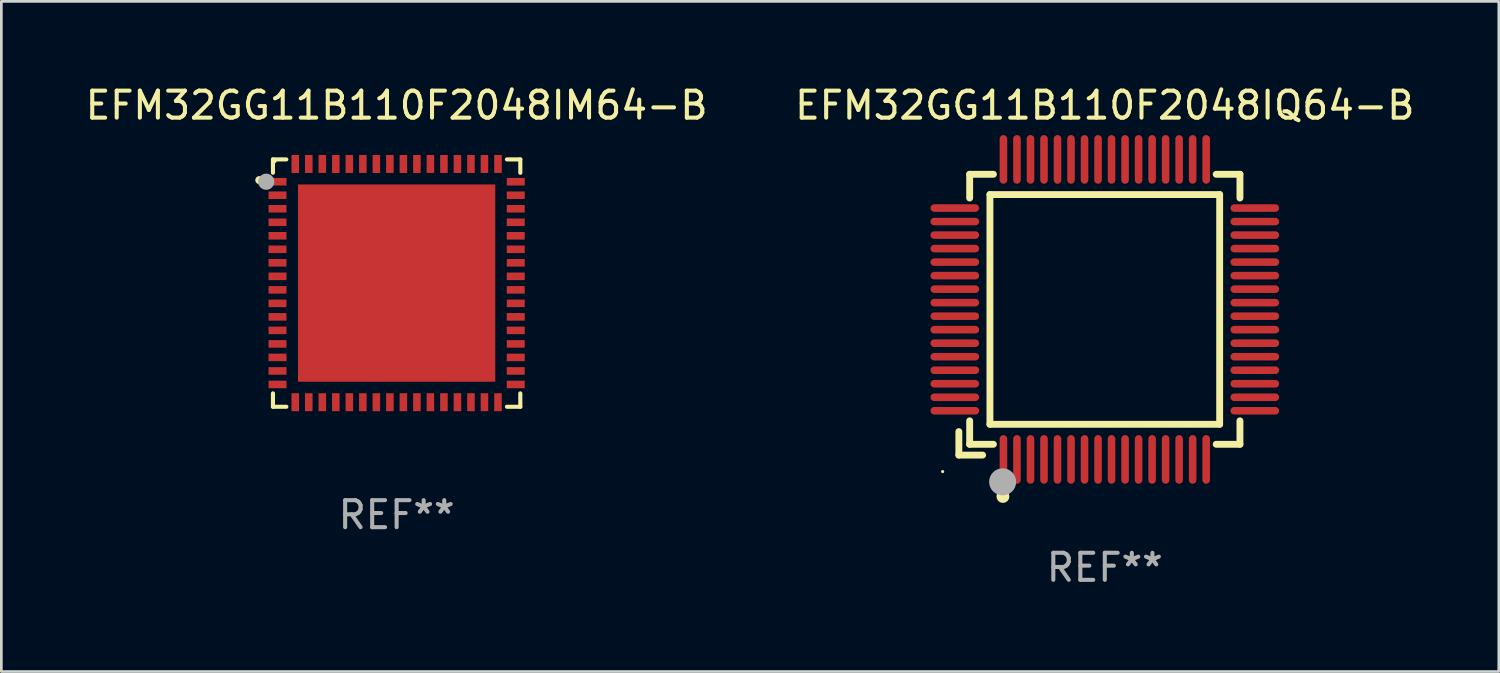
<source format=kicad_pcb>
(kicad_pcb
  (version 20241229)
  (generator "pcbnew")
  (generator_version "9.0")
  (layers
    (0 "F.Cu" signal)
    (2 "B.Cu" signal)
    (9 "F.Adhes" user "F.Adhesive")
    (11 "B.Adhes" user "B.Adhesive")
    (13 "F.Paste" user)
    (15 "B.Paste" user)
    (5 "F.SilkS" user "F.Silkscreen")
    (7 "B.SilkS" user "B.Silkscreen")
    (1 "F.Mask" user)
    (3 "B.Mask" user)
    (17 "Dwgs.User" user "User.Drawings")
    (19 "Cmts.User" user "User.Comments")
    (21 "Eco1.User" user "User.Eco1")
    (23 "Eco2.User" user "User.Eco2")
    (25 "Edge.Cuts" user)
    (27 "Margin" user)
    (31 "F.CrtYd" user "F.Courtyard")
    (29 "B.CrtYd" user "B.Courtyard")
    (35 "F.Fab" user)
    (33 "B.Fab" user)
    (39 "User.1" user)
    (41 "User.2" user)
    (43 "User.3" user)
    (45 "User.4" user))
  (footprint "EFM32GG11B110F2048IM64-B"
    (layer "F.Cu")
    (at 11.625 7.424)
    (property "Reference" "EFM32GG11B110F2048IM64-B" (at 0 -6.576 0) (layer "F.SilkS") (effects (font (size 1 1) (thickness 0.15))))
    (attr through_hole)
    (fp_line (start -4.576 -4.576) (end -4.576 -4.081) (stroke (width 0.152) (type solid)) (layer "F.SilkS"))
    (fp_line (start -4.576 4.576) (end -4.576 4.081) (stroke (width 0.152) (type solid)) (layer "F.SilkS"))
    (fp_line (start -4.081 -4.576) (end -4.576 -4.576) (stroke (width 0.152) (type solid)) (layer "F.SilkS"))
    (fp_line (start -4.081 4.576) (end -4.576 4.576) (stroke (width 0.152) (type solid)) (layer "F.SilkS"))
    (fp_line (start 4.081 -4.576) (end 4.576 -4.576) (stroke (width 0.152) (type solid)) (layer "F.SilkS"))
    (fp_line (start 4.081 4.576) (end 4.576 4.576) (stroke (width 0.152) (type solid)) (layer "F.SilkS"))
    (fp_line (start 4.576 -4.576) (end 4.576 -4.081) (stroke (width 0.152) (type solid)) (layer "F.SilkS"))
    (fp_line (start 4.576 4.576) (end 4.576 4.081) (stroke (width 0.152) (type solid)) (layer "F.SilkS"))
    (fp_circle (center -5.08 -3.81) (end -5.005 -3.81) (stroke (width 0.15) (type solid)) (fill no) (layer "F.SilkS"))
    (fp_circle (center -4.5 -4.5) (end -4.47 -4.5) (stroke (width 0.06) (type solid)) (fill no) (layer "F.SilkS"))
    (fp_circle (center -4.826 -3.75) (end -4.676 -3.75) (stroke (width 0.3) (type solid)) (fill no) (layer "F.Fab"))
    (fp_text user "REF**" (at 0 8.576 0) (layer "F.Fab") (effects (font (size 1 1) (thickness 0.15))))
    (pad "1" smd rect (at -4.407 -3.75) (size 0.665 0.28) (layers "F.Cu" "F.Mask" "F.Paste"))
    (pad "2" smd rect (at -4.407 -3.25) (size 0.665 0.28) (layers "F.Cu" "F.Mask" "F.Paste"))
    (pad "3" smd rect (at -4.407 -2.75) (size 0.665 0.28) (layers "F.Cu" "F.Mask" "F.Paste"))
    (pad "4" smd rect (at -4.407 -2.25) (size 0.665 0.28) (layers "F.Cu" "F.Mask" "F.Paste"))
    (pad "5" smd rect (at -4.407 -1.75) (size 0.665 0.28) (layers "F.Cu" "F.Mask" "F.Paste"))
    (pad "6" smd rect (at -4.407 -1.25) (size 0.665 0.28) (layers "F.Cu" "F.Mask" "F.Paste"))
    (pad "7" smd rect (at -4.407 -0.75) (size 0.665 0.28) (layers "F.Cu" "F.Mask" "F.Paste"))
    (pad "8" smd rect (at -4.407 -0.25) (size 0.665 0.28) (layers "F.Cu" "F.Mask" "F.Paste"))
    (pad "9" smd rect (at -4.407 0.25) (size 0.665 0.28) (layers "F.Cu" "F.Mask" "F.Paste"))
    (pad "10" smd rect (at -4.407 0.75) (size 0.665 0.28) (layers "F.Cu" "F.Mask" "F.Paste"))
    (pad "11" smd rect (at -4.407 1.25) (size 0.665 0.28) (layers "F.Cu" "F.Mask" "F.Paste"))
    (pad "12" smd rect (at -4.407 1.75) (size 0.665 0.28) (layers "F.Cu" "F.Mask" "F.Paste"))
    (pad "13" smd rect (at -4.407 2.25) (size 0.665 0.28) (layers "F.Cu" "F.Mask" "F.Paste"))
    (pad "14" smd rect (at -4.407 2.75) (size 0.665 0.28) (layers "F.Cu" "F.Mask" "F.Paste"))
    (pad "15" smd rect (at -4.407 3.25) (size 0.665 0.28) (layers "F.Cu" "F.Mask" "F.Paste"))
    (pad "16" smd rect (at -4.407 3.75) (size 0.665 0.28) (layers "F.Cu" "F.Mask" "F.Paste"))
    (pad "17" smd rect (at -3.75 4.407) (size 0.28 0.665) (layers "F.Cu" "F.Mask" "F.Paste"))
    (pad "18" smd rect (at -3.25 4.407) (size 0.28 0.665) (layers "F.Cu" "F.Mask" "F.Paste"))
    (pad "19" smd rect (at -2.75 4.407) (size 0.28 0.665) (layers "F.Cu" "F.Mask" "F.Paste"))
    (pad "20" smd rect (at -2.25 4.407) (size 0.28 0.665) (layers "F.Cu" "F.Mask" "F.Paste"))
    (pad "21" smd rect (at -1.75 4.407) (size 0.28 0.665) (layers "F.Cu" "F.Mask" "F.Paste"))
    (pad "22" smd rect (at -1.25 4.407) (size 0.28 0.665) (layers "F.Cu" "F.Mask" "F.Paste"))
    (pad "23" smd rect (at -0.75 4.407) (size 0.28 0.665) (layers "F.Cu" "F.Mask" "F.Paste"))
    (pad "24" smd rect (at -0.25 4.407) (size 0.28 0.665) (layers "F.Cu" "F.Mask" "F.Paste"))
    (pad "25" smd rect (at 0.25 4.407) (size 0.28 0.665) (layers "F.Cu" "F.Mask" "F.Paste"))
    (pad "26" smd rect (at 0.75 4.407) (size 0.28 0.665) (layers "F.Cu" "F.Mask" "F.Paste"))
    (pad "27" smd rect (at 1.25 4.407) (size 0.28 0.665) (layers "F.Cu" "F.Mask" "F.Paste"))
    (pad "28" smd rect (at 1.75 4.407) (size 0.28 0.665) (layers "F.Cu" "F.Mask" "F.Paste"))
    (pad "29" smd rect (at 2.25 4.407) (size 0.28 0.665) (layers "F.Cu" "F.Mask" "F.Paste"))
    (pad "30" smd rect (at 2.75 4.407) (size 0.28 0.665) (layers "F.Cu" "F.Mask" "F.Paste"))
    (pad "31" smd rect (at 3.25 4.407) (size 0.28 0.665) (layers "F.Cu" "F.Mask" "F.Paste"))
    (pad "32" smd rect (at 3.75 4.407) (size 0.28 0.665) (layers "F.Cu" "F.Mask" "F.Paste"))
    (pad "33" smd rect (at 4.407 3.75) (size 0.665 0.28) (layers "F.Cu" "F.Mask" "F.Paste"))
    (pad "34" smd rect (at 4.407 3.25) (size 0.665 0.28) (layers "F.Cu" "F.Mask" "F.Paste"))
    (pad "35" smd rect (at 4.407 2.75) (size 0.665 0.28) (layers "F.Cu" "F.Mask" "F.Paste"))
    (pad "36" smd rect (at 4.407 2.25) (size 0.665 0.28) (layers "F.Cu" "F.Mask" "F.Paste"))
    (pad "37" smd rect (at 4.407 1.75) (size 0.665 0.28) (layers "F.Cu" "F.Mask" "F.Paste"))
    (pad "38" smd rect (at 4.407 1.25) (size 0.665 0.28) (layers "F.Cu" "F.Mask" "F.Paste"))
    (pad "39" smd rect (at 4.407 0.75) (size 0.665 0.28) (layers "F.Cu" "F.Mask" "F.Paste"))
    (pad "40" smd rect (at 4.407 0.25) (size 0.665 0.28) (layers "F.Cu" "F.Mask" "F.Paste"))
    (pad "41" smd rect (at 4.407 -0.25) (size 0.665 0.28) (layers "F.Cu" "F.Mask" "F.Paste"))
    (pad "42" smd rect (at 4.407 -0.75) (size 0.665 0.28) (layers "F.Cu" "F.Mask" "F.Paste"))
    (pad "43" smd rect (at 4.407 -1.25) (size 0.665 0.28) (layers "F.Cu" "F.Mask" "F.Paste"))
    (pad "44" smd rect (at 4.407 -1.75) (size 0.665 0.28) (layers "F.Cu" "F.Mask" "F.Paste"))
    (pad "45" smd rect (at 4.407 -2.25) (size 0.665 0.28) (layers "F.Cu" "F.Mask" "F.Paste"))
    (pad "46" smd rect (at 4.407 -2.75) (size 0.665 0.28) (layers "F.Cu" "F.Mask" "F.Paste"))
    (pad "47" smd rect (at 4.407 -3.25) (size 0.665 0.28) (layers "F.Cu" "F.Mask" "F.Paste"))
    (pad "48" smd rect (at 4.407 -3.75) (size 0.665 0.28) (layers "F.Cu" "F.Mask" "F.Paste"))
    (pad "49" smd rect (at 3.75 -4.407) (size 0.28 0.665) (layers "F.Cu" "F.Mask" "F.Paste"))
    (pad "50" smd rect (at 3.25 -4.407) (size 0.28 0.665) (layers "F.Cu" "F.Mask" "F.Paste"))
    (pad "51" smd rect (at 2.75 -4.407) (size 0.28 0.665) (layers "F.Cu" "F.Mask" "F.Paste"))
    (pad "52" smd rect (at 2.25 -4.407) (size 0.28 0.665) (layers "F.Cu" "F.Mask" "F.Paste"))
    (pad "53" smd rect (at 1.75 -4.407) (size 0.28 0.665) (layers "F.Cu" "F.Mask" "F.Paste"))
    (pad "54" smd rect (at 1.25 -4.407) (size 0.28 0.665) (layers "F.Cu" "F.Mask" "F.Paste"))
    (pad "55" smd rect (at 0.75 -4.407) (size 0.28 0.665) (layers "F.Cu" "F.Mask" "F.Paste"))
    (pad "56" smd rect (at 0.25 -4.407) (size 0.28 0.665) (layers "F.Cu" "F.Mask" "F.Paste"))
    (pad "57" smd rect (at -0.25 -4.407) (size 0.28 0.665) (layers "F.Cu" "F.Mask" "F.Paste"))
    (pad "58" smd rect (at -0.75 -4.407) (size 0.28 0.665) (layers "F.Cu" "F.Mask" "F.Paste"))
    (pad "59" smd rect (at -1.25 -4.407) (size 0.28 0.665) (layers "F.Cu" "F.Mask" "F.Paste"))
    (pad "60" smd rect (at -1.75 -4.407) (size 0.28 0.665) (layers "F.Cu" "F.Mask" "F.Paste"))
    (pad "61" smd rect (at -2.25 -4.407) (size 0.28 0.665) (layers "F.Cu" "F.Mask" "F.Paste"))
    (pad "62" smd rect (at -2.75 -4.407) (size 0.28 0.665) (layers "F.Cu" "F.Mask" "F.Paste"))
    (pad "63" smd rect (at -3.25 -4.407) (size 0.28 0.665) (layers "F.Cu" "F.Mask" "F.Paste"))
    (pad "64" smd rect (at -3.75 -4.407) (size 0.28 0.665) (layers "F.Cu" "F.Mask" "F.Paste"))
    (pad "65" smd rect (at 0 0) (size 7.3 7.3) (layers "F.Cu" "F.Mask" "F.Paste")))
  (footprint "EFM32GG11B110F2048IQ64-B"
    (layer "F.Cu")
    (at 37.827 8.398)
    (property "Reference" "EFM32GG11B110F2048IQ64-B" (at 0 -7.55 0) (layer "F.SilkS") (effects (font (size 1 1) (thickness 0.15))))
    (attr through_hole)
    (fp_line (start -5.4 4.521) (end -5.4 5.39) (stroke (width 0.254) (type solid)) (layer "F.SilkS"))
    (fp_line (start -5.4 5.39) (end -4.521 5.39) (stroke (width 0.254) (type solid)) (layer "F.SilkS"))
    (fp_line (start -5 -5) (end -5 -4.121) (stroke (width 0.254) (type solid)) (layer "F.SilkS"))
    (fp_line (start -5 4.121) (end -5 4.99) (stroke (width 0.254) (type solid)) (layer "F.SilkS"))
    (fp_line (start -5 4.99) (end -4.121 4.99) (stroke (width 0.254) (type solid)) (layer "F.SilkS"))
    (fp_line (start -4.25 -4.25) (end -4.25 4.25) (stroke (width 0.254) (type solid)) (layer "F.SilkS"))
    (fp_line (start -4.25 4.25) (end 4.25 4.25) (stroke (width 0.254) (type solid)) (layer "F.SilkS"))
    (fp_line (start -4.121 -5) (end -5 -5) (stroke (width 0.254) (type solid)) (layer "F.SilkS"))
    (fp_line (start 4.121 4.99) (end 5 4.99) (stroke (width 0.254) (type solid)) (layer "F.SilkS"))
    (fp_line (start 4.25 -4.25) (end -4.25 -4.25) (stroke (width 0.254) (type solid)) (layer "F.SilkS"))
    (fp_line (start 4.25 4.25) (end 4.25 -4.25) (stroke (width 0.254) (type solid)) (layer "F.SilkS"))
    (fp_line (start 5 -5) (end 4.121 -5) (stroke (width 0.254) (type solid)) (layer "F.SilkS"))
    (fp_line (start 5 -4.121) (end 5 -5) (stroke (width 0.254) (type solid)) (layer "F.SilkS"))
    (fp_line (start 5 4.99) (end 5 4.121) (stroke (width 0.254) (type solid)) (layer "F.SilkS"))
    (fp_circle (center -6 6) (end -5.97 6) (stroke (width 0.06) (type solid)) (fill no) (layer "F.SilkS"))
    (fp_circle (center -3.77 6.92) (end -3.65 6.92) (stroke (width 0.24) (type solid)) (fill no) (layer "F.SilkS"))
    (fp_circle (center -3.78 6.38) (end -3.53 6.38) (stroke (width 0.5) (type solid)) (fill no) (layer "F.Fab"))
    (fp_text user "REF**" (at 0 9.55 0) (layer "F.Fab") (effects (font (size 1 1) (thickness 0.15))))
    (pad "1" smd oval (at -3.75 5.55) (size 0.28 1.8) (layers "F.Cu" "F.Mask" "F.Paste"))
    (pad "2" smd oval (at -3.25 5.55) (size 0.28 1.8) (layers "F.Cu" "F.Mask" "F.Paste"))
    (pad "3" smd oval (at -2.75 5.55) (size 0.28 1.8) (layers "F.Cu" "F.Mask" "F.Paste"))
    (pad "4" smd oval (at -2.25 5.55) (size 0.28 1.8) (layers "F.Cu" "F.Mask" "F.Paste"))
    (pad "5" smd oval (at -1.75 5.55) (size 0.28 1.8) (layers "F.Cu" "F.Mask" "F.Paste"))
    (pad "6" smd oval (at -1.25 5.55) (size 0.28 1.8) (layers "F.Cu" "F.Mask" "F.Paste"))
    (pad "7" smd oval (at -0.75 5.55) (size 0.28 1.8) (layers "F.Cu" "F.Mask" "F.Paste"))
    (pad "8" smd oval (at -0.25 5.55) (size 0.28 1.8) (layers "F.Cu" "F.Mask" "F.Paste"))
    (pad "9" smd oval (at 0.25 5.55) (size 0.28 1.8) (layers "F.Cu" "F.Mask" "F.Paste"))
    (pad "10" smd oval (at 0.75 5.55) (size 0.28 1.8) (layers "F.Cu" "F.Mask" "F.Paste"))
    (pad "11" smd oval (at 1.25 5.55) (size 0.28 1.8) (layers "F.Cu" "F.Mask" "F.Paste"))
    (pad "12" smd oval (at 1.75 5.55) (size 0.28 1.8) (layers "F.Cu" "F.Mask" "F.Paste"))
    (pad "13" smd oval (at 2.25 5.55) (size 0.28 1.8) (layers "F.Cu" "F.Mask" "F.Paste"))
    (pad "14" smd oval (at 2.75 5.55) (size 0.28 1.8) (layers "F.Cu" "F.Mask" "F.Paste"))
    (pad "15" smd oval (at 3.25 5.55) (size 0.28 1.8) (layers "F.Cu" "F.Mask" "F.Paste"))
    (pad "16" smd oval (at 3.75 5.55) (size 0.28 1.8) (layers "F.Cu" "F.Mask" "F.Paste"))
    (pad "17" smd oval (at 5.55 3.75) (size 1.8 0.28) (layers "F.Cu" "F.Mask" "F.Paste"))
    (pad "18" smd oval (at 5.55 3.25) (size 1.8 0.28) (layers "F.Cu" "F.Mask" "F.Paste"))
    (pad "19" smd oval (at 5.55 2.75) (size 1.8 0.28) (layers "F.Cu" "F.Mask" "F.Paste"))
    (pad "20" smd oval (at 5.55 2.25) (size 1.8 0.28) (layers "F.Cu" "F.Mask" "F.Paste"))
    (pad "21" smd oval (at 5.55 1.75) (size 1.8 0.28) (layers "F.Cu" "F.Mask" "F.Paste"))
    (pad "22" smd oval (at 5.55 1.25) (size 1.8 0.28) (layers "F.Cu" "F.Mask" "F.Paste"))
    (pad "23" smd oval (at 5.55 0.75) (size 1.8 0.28) (layers "F.Cu" "F.Mask" "F.Paste"))
    (pad "24" smd oval (at 5.55 0.25) (size 1.8 0.28) (layers "F.Cu" "F.Mask" "F.Paste"))
    (pad "25" smd oval (at 5.55 -0.25) (size 1.8 0.28) (layers "F.Cu" "F.Mask" "F.Paste"))
    (pad "26" smd oval (at 5.55 -0.75) (size 1.8 0.28) (layers "F.Cu" "F.Mask" "F.Paste"))
    (pad "27" smd oval (at 5.55 -1.25) (size 1.8 0.28) (layers "F.Cu" "F.Mask" "F.Paste"))
    (pad "28" smd oval (at 5.55 -1.75) (size 1.8 0.28) (layers "F.Cu" "F.Mask" "F.Paste"))
    (pad "29" smd oval (at 5.55 -2.25) (size 1.8 0.28) (layers "F.Cu" "F.Mask" "F.Paste"))
    (pad "30" smd oval (at 5.55 -2.75) (size 1.8 0.28) (layers "F.Cu" "F.Mask" "F.Paste"))
    (pad "31" smd oval (at 5.55 -3.25) (size 1.8 0.28) (layers "F.Cu" "F.Mask" "F.Paste"))
    (pad "32" smd oval (at 5.55 -3.75) (size 1.8 0.28) (layers "F.Cu" "F.Mask" "F.Paste"))
    (pad "33" smd oval (at 3.75 -5.55) (size 0.28 1.8) (layers "F.Cu" "F.Mask" "F.Paste"))
    (pad "34" smd oval (at 3.25 -5.55) (size 0.28 1.8) (layers "F.Cu" "F.Mask" "F.Paste"))
    (pad "35" smd oval (at 2.75 -5.55) (size 0.28 1.8) (layers "F.Cu" "F.Mask" "F.Paste"))
    (pad "36" smd oval (at 2.25 -5.55) (size 0.28 1.8) (layers "F.Cu" "F.Mask" "F.Paste"))
    (pad "37" smd oval (at 1.75 -5.55) (size 0.28 1.8) (layers "F.Cu" "F.Mask" "F.Paste"))
    (pad "38" smd oval (at 1.25 -5.55) (size 0.28 1.8) (layers "F.Cu" "F.Mask" "F.Paste"))
    (pad "39" smd oval (at 0.75 -5.55) (size 0.28 1.8) (layers "F.Cu" "F.Mask" "F.Paste"))
    (pad "40" smd oval (at 0.25 -5.55) (size 0.28 1.8) (layers "F.Cu" "F.Mask" "F.Paste"))
    (pad "41" smd oval (at -0.25 -5.55) (size 0.28 1.8) (layers "F.Cu" "F.Mask" "F.Paste"))
    (pad "42" smd oval (at -0.75 -5.55) (size 0.28 1.8) (layers "F.Cu" "F.Mask" "F.Paste"))
    (pad "43" smd oval (at -1.25 -5.55) (size 0.28 1.8) (layers "F.Cu" "F.Mask" "F.Paste"))
    (pad "44" smd oval (at -1.75 -5.55) (size 0.28 1.8) (layers "F.Cu" "F.Mask" "F.Paste"))
    (pad "45" smd oval (at -2.25 -5.55) (size 0.28 1.8) (layers "F.Cu" "F.Mask" "F.Paste"))
    (pad "46" smd oval (at -2.75 -5.55) (size 0.28 1.8) (layers "F.Cu" "F.Mask" "F.Paste"))
    (pad "47" smd oval (at -3.25 -5.55) (size 0.28 1.8) (layers "F.Cu" "F.Mask" "F.Paste"))
    (pad "48" smd oval (at -3.75 -5.55) (size 0.28 1.8) (layers "F.Cu" "F.Mask" "F.Paste"))
    (pad "49" smd oval (at -5.55 -3.75) (size 1.8 0.28) (layers "F.Cu" "F.Mask" "F.Paste"))
    (pad "50" smd oval (at -5.55 -3.25) (size 1.8 0.28) (layers "F.Cu" "F.Mask" "F.Paste"))
    (pad "51" smd oval (at -5.55 -2.75) (size 1.8 0.28) (layers "F.Cu" "F.Mask" "F.Paste"))
    (pad "52" smd oval (at -5.55 -2.25) (size 1.8 0.28) (layers "F.Cu" "F.Mask" "F.Paste"))
    (pad "53" smd oval (at -5.55 -1.75) (size 1.8 0.28) (layers "F.Cu" "F.Mask" "F.Paste"))
    (pad "54" smd oval (at -5.55 -1.25) (size 1.8 0.28) (layers "F.Cu" "F.Mask" "F.Paste"))
    (pad "55" smd oval (at -5.55 -0.75) (size 1.8 0.28) (layers "F.Cu" "F.Mask" "F.Paste"))
    (pad "56" smd oval (at -5.55 -0.25) (size 1.8 0.28) (layers "F.Cu" "F.Mask" "F.Paste"))
    (pad "57" smd oval (at -5.55 0.25) (size 1.8 0.28) (layers "F.Cu" "F.Mask" "F.Paste"))
    (pad "58" smd oval (at -5.55 0.75) (size 1.8 0.28) (layers "F.Cu" "F.Mask" "F.Paste"))
    (pad "59" smd oval (at -5.55 1.25) (size 1.8 0.28) (layers "F.Cu" "F.Mask" "F.Paste"))
    (pad "60" smd oval (at -5.55 1.75) (size 1.8 0.28) (layers "F.Cu" "F.Mask" "F.Paste"))
    (pad "61" smd oval (at -5.55 2.25) (size 1.8 0.28) (layers "F.Cu" "F.Mask" "F.Paste"))
    (pad "62" smd oval (at -5.55 2.75) (size 1.8 0.28) (layers "F.Cu" "F.Mask" "F.Paste"))
    (pad "63" smd oval (at -5.55 3.25) (size 1.8 0.28) (layers "F.Cu" "F.Mask" "F.Paste"))
    (pad "64" smd oval (at -5.55 3.75) (size 1.8 0.28) (layers "F.Cu" "F.Mask" "F.Paste")))
  (gr_rect
    (start -3 -3)
    (end 52.405 21.796)
    (stroke (width 0.1) (type default))
    (fill no)
    (layer "Edge.Cuts")))
</source>
